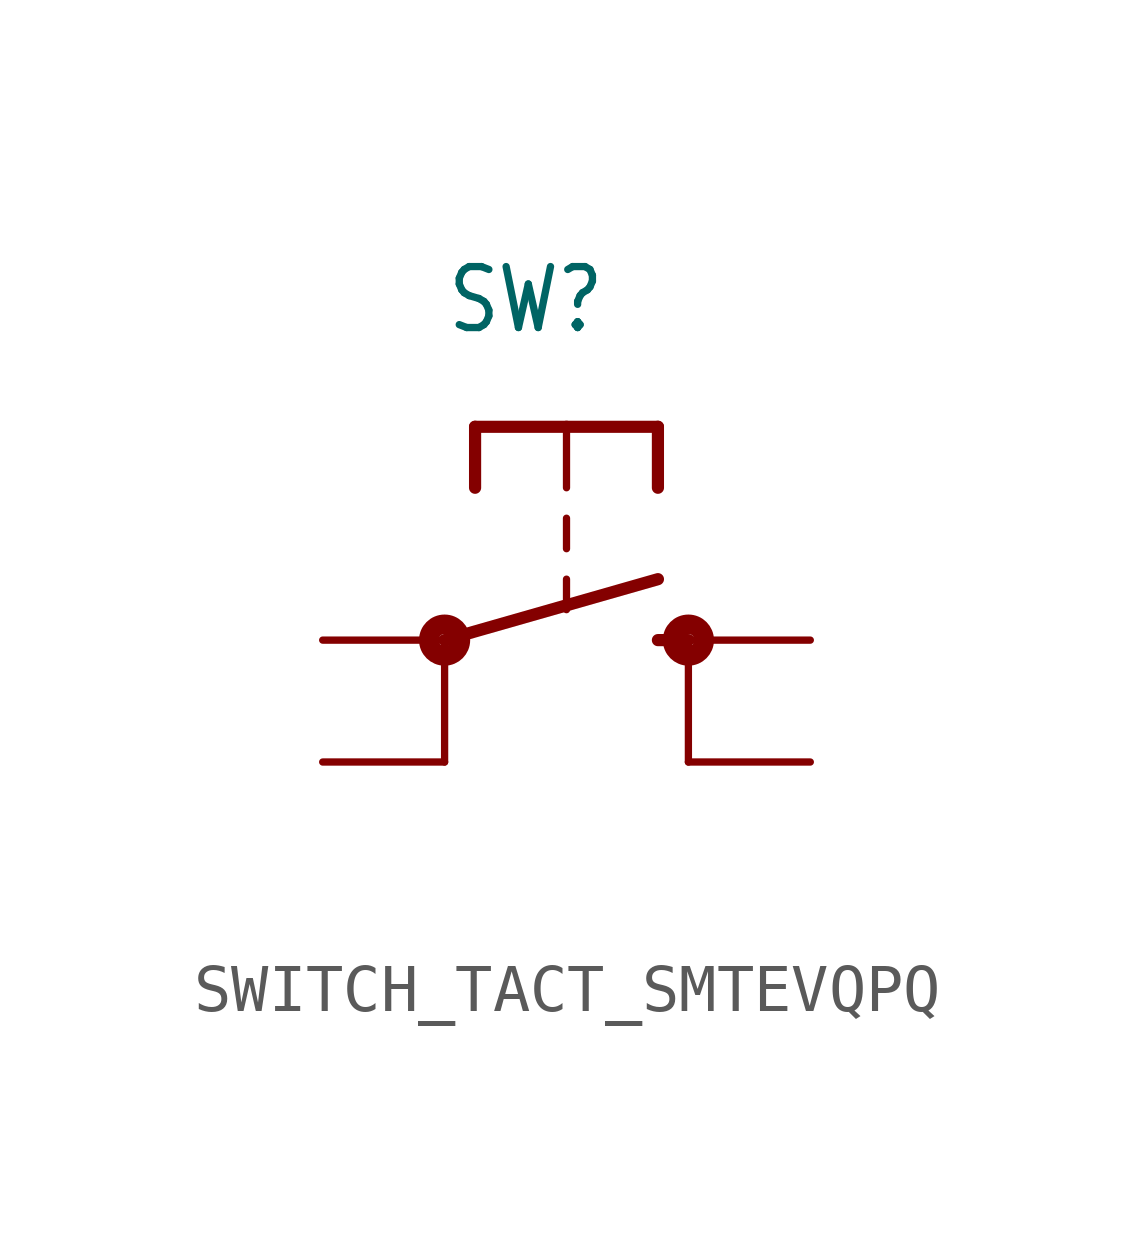
<source format=kicad_sym>
(kicad_symbol_lib
  (version 20241209)
  (generator "kicad_symbol_editor")
  (generator_version "9.0")
  (symbol "SWITCH_TACT_SMTEVQPQ"
    (property "Reference" "SW"
      (at -2.54 6.35 0)
      (effects (font (size 1.27 1.079)) (justify left bottom)))
    (property "Value" ""
      (at -2.54 -5.08 0)
      (effects (font (size 1.27 1.079)) (justify left bottom)))
    (property "ki_locked" ""
      (at 0 0 0)
      (effects (font (size 1.27 1.27))))
    (symbol "SWITCH_TACT_SMTEVQPQ_1_0"
      (circle (center -2.54 0) (radius 0.127) (stroke (width 0.406) (type solid)) (fill (type none)))
      (polyline (pts (xy -2.54 0) (xy 1.905 1.27)) (stroke (width 0.254) (type solid)) (fill (type none)))
      (polyline (pts (xy -2.54 -2.54) (xy -2.54 0)) (stroke (width 0.152) (type solid)) (fill (type none)))
      (polyline (pts (xy -1.905 4.445) (xy -1.905 3.175)) (stroke (width 0.254) (type solid)) (fill (type none)))
      (polyline (pts (xy 0 4.445) (xy -1.905 4.445)) (stroke (width 0.254) (type solid)) (fill (type none)))
      (polyline (pts (xy 0 4.445) (xy 0 3.175)) (stroke (width 0.152) (type solid)) (fill (type none)))
      (polyline (pts (xy 0 2.54) (xy 0 1.905)) (stroke (width 0.152) (type solid)) (fill (type none)))
      (polyline (pts (xy 0 1.27) (xy 0 0.635)) (stroke (width 0.152) (type solid)) (fill (type none)))
      (polyline (pts (xy 1.905 4.445) (xy 0 4.445)) (stroke (width 0.254) (type solid)) (fill (type none)))
      (polyline (pts (xy 1.905 4.445) (xy 1.905 3.175)) (stroke (width 0.254) (type solid)) (fill (type none)))
      (polyline (pts (xy 1.905 0) (xy 2.54 0)) (stroke (width 0.254) (type solid)) (fill (type none)))
      (circle (center 2.54 0) (radius 0.127) (stroke (width 0.406) (type solid)) (fill (type none)))
      (polyline (pts (xy 2.54 -2.54) (xy 2.54 0)) (stroke (width 0.152) (type solid)) (fill (type none)))
      (pin passive line (at -5.08 0 0) (length 2.54) (name "P" (effects (font (size 0 0)))) (number "A" (effects (font (size 0 0)))))
      (pin passive line (at -5.08 -2.54 0) (length 2.54) (name "P1" (effects (font (size 0 0)))) (number "C" (effects (font (size 0 0)))))
      (pin passive line (at 5.08 0 180) (length 2.54) (name "S" (effects (font (size 0 0)))) (number "B" (effects (font (size 0 0)))))
      (pin passive line (at 5.08 -2.54 180) (length 2.54) (name "S1" (effects (font (size 0 0)))) (number "D" (effects (font (size 0 0))))))))
</source>
